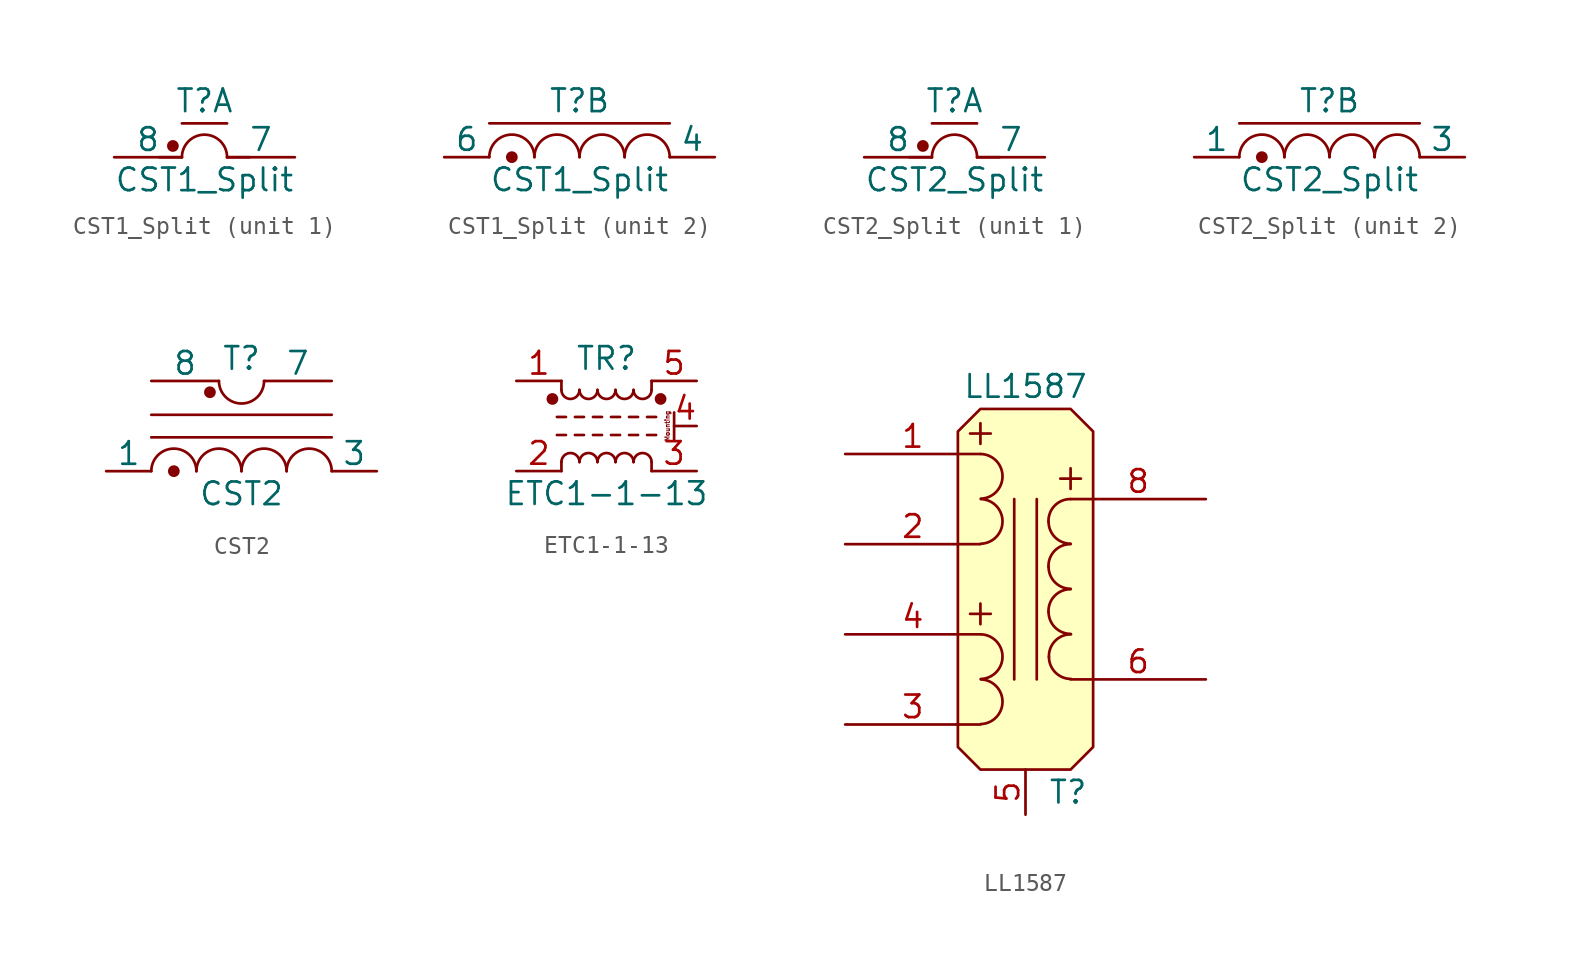
<source format=kicad_sym>
(kicad_symbol_lib
  (version 20220914)
  (generator kicad_symbol_editor)
  (symbol "CST1_Split"
    (pin_numbers hide)
    (pin_names
      (offset 0))
    (property "Reference" "T"
      (at 0 3.175 0)
      (effects (font (size 1.27 1.27))))
    (property "Value" "CST1_Split"
      (at 0 -1.27 0)
      (effects (font (size 1.27 1.27))))
    (property "ki_locked" ""
      (at 0 0 0)
      (effects (font (size 1.27 1.27))))
    (symbol "CST1_Split_1_1"
      (circle (center -1.778 0.635) (radius 0.254) (stroke (width 0) (type default)) (fill (type outline)))
      (polyline (pts (xy -2.54 0) (xy -1.27 0)) (stroke (width 0) (type default)) (fill (type none)))
      (polyline (pts (xy -1.27 1.905) (xy 1.27 1.905)) (stroke (width 0) (type default)) (fill (type none)))
      (polyline (pts (xy 1.27 0) (xy 2.54 0)) (stroke (width 0) (type default)) (fill (type none)))
      (arc (start 1.27 0) (mid 0 1.2645) (end -1.27 0) (stroke (width 0) (type default)) (fill (type none)))
      (pin no_connect line (at 2.54 0 180) (length 2.54) hide (name "1" (effects (font (size 1.27 1.27)))) (number "1" (effects (font (size 1.27 1.27)))))
      (pin no_connect line (at -2.54 0 0) (length 2.54) hide (name "5" (effects (font (size 1.27 1.27)))) (number "5" (effects (font (size 1.27 1.27)))))
      (pin passive line (at 5.08 0 180) (length 3.81) (name "7" (effects (font (size 1.27 1.27)))) (number "7" (effects (font (size 1.27 1.27)))))
      (pin passive line (at -5.08 0 0) (length 3.81) (name "8" (effects (font (size 1.27 1.27)))) (number "8" (effects (font (size 1.27 1.27))))))
    (symbol "CST1_Split_2_1"
      (circle (center -3.81 0) (radius 0.254) (stroke (width 0) (type default)) (fill (type outline)))
      (arc (start -2.54 0) (mid -3.81 1.2645) (end -5.08 0) (stroke (width 0) (type default)) (fill (type none)))
      (arc (start 0 0) (mid -1.27 1.2645) (end -2.54 0) (stroke (width 0) (type default)) (fill (type none)))
      (polyline (pts (xy -5.08 1.905) (xy 5.08 1.905)) (stroke (width 0) (type default)) (fill (type none)))
      (arc (start 2.54 0) (mid 1.27 1.2645) (end 0 0) (stroke (width 0) (type default)) (fill (type none)))
      (arc (start 5.08 0) (mid 3.81 1.2645) (end 2.54 0) (stroke (width 0) (type default)) (fill (type none)))
      (pin no_connect line (at -2.54 0 0) (length 2.54) hide (name "2" (effects (font (size 1.27 1.27)))) (number "2" (effects (font (size 1.27 1.27)))))
      (pin no_connect line (at 2.54 0 180) (length 2.54) hide (name "3" (effects (font (size 1.27 1.27)))) (number "3" (effects (font (size 1.27 1.27)))))
      (pin passive line (at 7.62 0 180) (length 2.54) (name "4" (effects (font (size 1.27 1.27)))) (number "4" (effects (font (size 1.27 1.27)))))
      (pin passive line (at -7.62 0 0) (length 2.54) (name "6" (effects (font (size 1.27 1.27)))) (number "6" (effects (font (size 1.27 1.27)))))))
  (symbol "CST2_Split"
    (pin_numbers hide)
    (pin_names
      (offset 0))
    (property "Reference" "T"
      (at 0 3.175 0)
      (effects (font (size 1.27 1.27))))
    (property "Value" "CST2_Split"
      (at 0 -1.27 0)
      (effects (font (size 1.27 1.27))))
    (property "ki_locked" ""
      (at 0 0 0)
      (effects (font (size 1.27 1.27))))
    (symbol "CST2_Split_1_1"
      (circle (center -1.778 0.635) (radius 0.254) (stroke (width 0) (type default)) (fill (type outline)))
      (polyline (pts (xy -2.54 0) (xy -1.27 0)) (stroke (width 0) (type default)) (fill (type none)))
      (polyline (pts (xy -1.27 1.905) (xy 1.27 1.905)) (stroke (width 0) (type default)) (fill (type none)))
      (polyline (pts (xy 1.27 0) (xy 2.54 0)) (stroke (width 0) (type default)) (fill (type none)))
      (arc (start 1.27 0) (mid 0 1.2645) (end -1.27 0) (stroke (width 0) (type default)) (fill (type none)))
      (pin no_connect line (at -2.54 0 0) (length 2.54) hide (name "5" (effects (font (size 1.27 1.27)))) (number "5" (effects (font (size 1.27 1.27)))))
      (pin no_connect line (at 2.54 0 180) (length 2.54) hide (name "6" (effects (font (size 1.27 1.27)))) (number "6" (effects (font (size 1.27 1.27)))))
      (pin passive line (at 5.08 0 180) (length 3.81) (name "7" (effects (font (size 1.27 1.27)))) (number "7" (effects (font (size 1.27 1.27)))))
      (pin passive line (at -5.08 0 0) (length 3.81) (name "8" (effects (font (size 1.27 1.27)))) (number "8" (effects (font (size 1.27 1.27))))))
    (symbol "CST2_Split_2_1"
      (circle (center -3.81 0) (radius 0.254) (stroke (width 0) (type default)) (fill (type outline)))
      (arc (start -2.54 0) (mid -3.81 1.2645) (end -5.08 0) (stroke (width 0) (type default)) (fill (type none)))
      (arc (start 0 0) (mid -1.27 1.2645) (end -2.54 0) (stroke (width 0) (type default)) (fill (type none)))
      (polyline (pts (xy -5.08 1.905) (xy 5.08 1.905)) (stroke (width 0) (type default)) (fill (type none)))
      (arc (start 2.54 0) (mid 1.27 1.2645) (end 0 0) (stroke (width 0) (type default)) (fill (type none)))
      (arc (start 5.08 0) (mid 3.81 1.2645) (end 2.54 0) (stroke (width 0) (type default)) (fill (type none)))
      (pin passive line (at -7.62 0 0) (length 2.54) (name "1" (effects (font (size 1.27 1.27)))) (number "1" (effects (font (size 1.27 1.27)))))
      (pin no_connect line (at -2.54 0 0) (length 2.54) hide (name "2" (effects (font (size 1.27 1.27)))) (number "2" (effects (font (size 1.27 1.27)))))
      (pin passive line (at 7.62 0 180) (length 2.54) (name "3" (effects (font (size 1.27 1.27)))) (number "3" (effects (font (size 1.27 1.27)))))
      (pin no_connect line (at 2.54 0 180) (length 2.54) hide (name "4" (effects (font (size 1.27 1.27)))) (number "4" (effects (font (size 1.27 1.27)))))))
  (symbol "CST2"
    (pin_numbers hide)
    (pin_names
      (offset 0))
    (property "Reference" "T"
      (at 0 6.35 0)
      (effects (font (size 1.27 1.27))))
    (property "Value" "CST2"
      (at 0 -1.27 0)
      (effects (font (size 1.27 1.27))))
    (property "ki_locked" ""
      (at 0 0 0)
      (effects (font (size 1.27 1.27))))
    (symbol "CST2_0_1"
      (circle (center -3.81 0) (radius 0.254) (stroke (width 0) (type default)) (fill (type outline)))
      (arc (start -2.54 0) (mid -3.81 1.2645) (end -5.08 0) (stroke (width 0) (type default)) (fill (type none)))
      (circle (center -1.778 4.445) (radius 0.254) (stroke (width 0) (type default)) (fill (type outline)))
      (arc (start -1.27 5.08) (mid 0 3.8155) (end 1.27 5.08) (stroke (width 0) (type default)) (fill (type none)))
      (arc (start 0 0) (mid -1.27 1.2645) (end -2.54 0) (stroke (width 0) (type default)) (fill (type none)))
      (polyline (pts (xy -5.08 1.905) (xy 5.08 1.905)) (stroke (width 0) (type default)) (fill (type none)))
      (polyline (pts (xy -5.08 3.175) (xy 5.08 3.175)) (stroke (width 0) (type default)) (fill (type none)))
      (arc (start 2.54 0) (mid 1.27 1.2645) (end 0 0) (stroke (width 0) (type default)) (fill (type none)))
      (arc (start 5.08 0) (mid 3.81 1.2645) (end 2.54 0) (stroke (width 0) (type default)) (fill (type none)))
      (pin passive line (at -7.62 0 0) (length 2.54) (name "1" (effects (font (size 1.27 1.27)))) (number "1" (effects (font (size 1.27 1.27)))))
      (pin passive line (at 7.62 0 180) (length 2.54) (name "3" (effects (font (size 1.27 1.27)))) (number "3" (effects (font (size 1.27 1.27)))))
      (pin passive line (at 5.08 5.08 180) (length 3.81) (name "7" (effects (font (size 1.27 1.27)))) (number "7" (effects (font (size 1.27 1.27)))))
      (pin passive line (at -5.08 5.08 0) (length 3.81) (name "8" (effects (font (size 1.27 1.27)))) (number "8" (effects (font (size 1.27 1.27))))))
    (symbol "CST2_1_1"
      (pin no_connect line (at -2.54 0 0) (length 2.54) hide (name "2" (effects (font (size 1.27 1.27)))) (number "2" (effects (font (size 1.27 1.27)))))
      (pin no_connect line (at 2.54 0 180) (length 2.54) hide (name "4" (effects (font (size 1.27 1.27)))) (number "4" (effects (font (size 1.27 1.27)))))
      (pin no_connect line (at -2.54 5.08 0) (length 2.54) hide (name "5" (effects (font (size 1.27 1.27)))) (number "5" (effects (font (size 1.27 1.27)))))
      (pin no_connect line (at 2.54 5.08 180) (length 2.54) hide (name "6" (effects (font (size 1.27 1.27)))) (number "6" (effects (font (size 1.27 1.27)))))))
  (symbol "ETC1-1-13"
    (pin_names hide)
    (property "Reference" "TR"
      (at 0 3.81 0)
      (effects (font (size 1.27 1.27))))
    (property "Value" "ETC1-1-13"
      (at 0 -3.81 0)
      (effects (font (size 1.27 1.27))))
    (symbol "ETC1-1-13_0_0"
      (polyline (pts (xy 3.81 0.762) (xy 3.81 -0.762)) (stroke (width 0) (type default)) (fill (type none)))
      (text "Mounting" (at 3.429 0 900) (effects (font (size 0.254 0.254) bold))))
    (symbol "ETC1-1-13_1_1"
      (circle (center -3.048 1.524) (radius 0.254) (stroke (width 0) (type default)) (fill (type outline)))
      (arc (start -2.54 2.032) (mid -2.032 1.5262) (end -1.524 2.032) (stroke (width 0) (type default)) (fill (type none)))
      (arc (start -1.524 -2.032) (mid -2.032 -1.5262) (end -2.54 -2.032) (stroke (width 0) (type default)) (fill (type none)))
      (arc (start -1.524 2.032) (mid -1.016 1.5262) (end -0.508 2.032) (stroke (width 0) (type default)) (fill (type none)))
      (arc (start -0.508 -2.032) (mid -1.016 -1.5262) (end -1.524 -2.032) (stroke (width 0) (type default)) (fill (type none)))
      (arc (start -0.508 2.032) (mid 0 1.5262) (end 0.508 2.032) (stroke (width 0) (type default)) (fill (type none)))
      (polyline (pts (xy -2.794 -0.508) (xy -2.286 -0.508)) (stroke (width 0) (type default)) (fill (type none)))
      (polyline (pts (xy -2.794 0.508) (xy -2.286 0.508)) (stroke (width 0) (type default)) (fill (type none)))
      (polyline (pts (xy -2.54 -2.032) (xy -2.54 -2.54)) (stroke (width 0) (type default)) (fill (type none)))
      (polyline (pts (xy -2.54 2.032) (xy -2.54 2.54)) (stroke (width 0) (type default)) (fill (type none)))
      (polyline (pts (xy -1.778 -0.508) (xy -1.27 -0.508)) (stroke (width 0) (type default)) (fill (type none)))
      (polyline (pts (xy -1.778 0.508) (xy -1.27 0.508)) (stroke (width 0) (type default)) (fill (type none)))
      (polyline (pts (xy -0.762 -0.508) (xy -0.254 -0.508)) (stroke (width 0) (type default)) (fill (type none)))
      (polyline (pts (xy -0.762 0.508) (xy -0.254 0.508)) (stroke (width 0) (type default)) (fill (type none)))
      (polyline (pts (xy 0.254 -0.508) (xy 0.762 -0.508)) (stroke (width 0) (type default)) (fill (type none)))
      (polyline (pts (xy 0.254 0.508) (xy 0.762 0.508)) (stroke (width 0) (type default)) (fill (type none)))
      (polyline (pts (xy 1.27 -0.508) (xy 1.778 -0.508)) (stroke (width 0) (type default)) (fill (type none)))
      (polyline (pts (xy 1.27 0.508) (xy 1.778 0.508)) (stroke (width 0) (type default)) (fill (type none)))
      (polyline (pts (xy 2.286 -0.508) (xy 2.794 -0.508)) (stroke (width 0) (type default)) (fill (type none)))
      (polyline (pts (xy 2.286 0.508) (xy 2.794 0.508)) (stroke (width 0) (type default)) (fill (type none)))
      (polyline (pts (xy 2.54 -2.032) (xy 2.54 -2.54)) (stroke (width 0) (type default)) (fill (type none)))
      (polyline (pts (xy 2.54 2.54) (xy 2.54 2.032)) (stroke (width 0) (type default)) (fill (type none)))
      (arc (start 0.508 -2.032) (mid 0 -1.5262) (end -0.508 -2.032) (stroke (width 0) (type default)) (fill (type none)))
      (arc (start 0.508 2.032) (mid 1.016 1.5262) (end 1.524 2.032) (stroke (width 0) (type default)) (fill (type none)))
      (arc (start 1.524 -2.032) (mid 1.016 -1.5262) (end 0.508 -2.032) (stroke (width 0) (type default)) (fill (type none)))
      (arc (start 1.524 2.032) (mid 2.032 1.5262) (end 2.54 2.032) (stroke (width 0) (type default)) (fill (type none)))
      (arc (start 2.54 -2.032) (mid 2.032 -1.5262) (end 1.524 -2.032) (stroke (width 0) (type default)) (fill (type none)))
      (circle (center 3.048 1.524) (radius 0.254) (stroke (width 0) (type default)) (fill (type outline)))
      (pin passive line (at -5.08 2.54 0) (length 2.54) (name "~" (effects (font (size 1.27 1.27)))) (number "1" (effects (font (size 1.27 1.27)))))
      (pin passive line (at -5.08 -2.54 0) (length 2.54) (name "~" (effects (font (size 1.27 1.27)))) (number "2" (effects (font (size 1.27 1.27)))))
      (pin passive line (at 5.08 -2.54 180) (length 2.54) (name "~" (effects (font (size 1.27 1.27)))) (number "3" (effects (font (size 1.27 1.27)))))
      (pin passive line (at 5.08 0 180) (length 1.27) (name "MP" (effects (font (size 1.27 1.27)))) (number "4" (effects (font (size 1.27 1.27)))))
      (pin passive line (at 5.08 2.54 180) (length 2.54) (name "~" (effects (font (size 1.27 1.27)))) (number "5" (effects (font (size 1.27 1.27)))))))
  (symbol "LL1587"
    (pin_names hide)
    (property "Reference" "T"
      (at 1.27 -11.43 0)
      (effects (font (size 1.27 1.27)) (justify left)))
    (property "Value" "LL1587"
      (at 0 11.43 0)
      (effects (font (size 1.27 1.27))))
    (symbol "LL1587_0_0"
      (text "+" (at -2.54 -1.27 0) (effects (font (size 1.524 1.524))))
      (text "+" (at -2.54 8.89 0) (effects (font (size 1.524 1.524))))
      (text "+" (at 2.54 6.35 0) (effects (font (size 1.524 1.524)))))
    (symbol "LL1587_0_1"
      (arc (start -2.5146 -7.5946) (mid -1.2951 -6.3497) (end -2.5146 -5.08) (stroke (width 0) (type default)) (fill (type none)))
      (arc (start -2.5146 -5.0546) (mid -1.2951 -3.8097) (end -2.5146 -2.54) (stroke (width 0) (type default)) (fill (type none)))
      (arc (start -2.5146 2.5654) (mid -1.2951 3.8103) (end -2.5146 5.08) (stroke (width 0) (type default)) (fill (type none)))
      (arc (start -2.5146 5.1054) (mid -1.2951 6.3503) (end -2.5146 7.62) (stroke (width 0) (type default)) (fill (type none)))
      (polyline (pts (xy -0.635 5.08) (xy -0.635 -5.08)) (stroke (width 0) (type default)) (fill (type none)))
      (polyline (pts (xy 0.635 -5.08) (xy 0.635 5.08)) (stroke (width 0) (type default)) (fill (type none)))
      (polyline (pts (xy -3.81 8.89) (xy -3.81 -8.89) (xy -2.54 -10.16) (xy 2.54 -10.16) (xy 3.81 -8.89) (xy 3.81 8.89) (xy 2.54 10.16) (xy -2.54 10.16) (xy -3.81 8.89) (xy -3.81 8.89)) (stroke (width 0) (type default)) (fill (type background)))
      (arc (start 1.2954 -1.27) (mid 1.6599 -2.1501) (end 2.54 -2.5146) (stroke (width 0) (type default)) (fill (type none)))
      (arc (start 1.2954 1.27) (mid 1.6599 0.3899) (end 2.54 0.0254) (stroke (width 0) (type default)) (fill (type none)))
      (arc (start 1.2954 3.81) (mid 1.6599 2.9299) (end 2.54 2.5654) (stroke (width 0) (type default)) (fill (type none)))
      (arc (start 1.3208 -3.81) (mid 1.6853 -4.6901) (end 2.5654 -5.0546) (stroke (width 0) (type default)) (fill (type none)))
      (arc (start 2.54 0) (mid 1.642 -0.372) (end 1.2954 -1.27) (stroke (width 0) (type default)) (fill (type none)))
      (arc (start 2.54 2.54) (mid 1.642 2.168) (end 1.2954 1.27) (stroke (width 0) (type default)) (fill (type none)))
      (arc (start 2.54 5.08) (mid 1.642 4.708) (end 1.2954 3.81) (stroke (width 0) (type default)) (fill (type none)))
      (arc (start 2.5654 -2.54) (mid 1.6674 -2.912) (end 1.3208 -3.81) (stroke (width 0) (type default)) (fill (type none))))
    (symbol "LL1587_1_1"
      (pin passive line (at -10.16 7.62 0) (length 7.62) (name "P1+" (effects (font (size 1.27 1.27)))) (number "1" (effects (font (size 1.27 1.27)))))
      (pin passive line (at -10.16 2.54 0) (length 7.62) (name "P1-" (effects (font (size 1.27 1.27)))) (number "2" (effects (font (size 1.27 1.27)))))
      (pin passive line (at -10.16 -7.62 0) (length 7.62) (name "P2-" (effects (font (size 1.27 1.27)))) (number "3" (effects (font (size 1.27 1.27)))))
      (pin passive line (at -10.16 -2.54 0) (length 7.62) (name "P2+" (effects (font (size 1.27 1.27)))) (number "4" (effects (font (size 1.27 1.27)))))
      (pin input line (at 0 -12.7 90) (length 2.54) (name "~" (effects (font (size 1.27 1.27)))) (number "5" (effects (font (size 1.27 1.27)))))
      (pin passive line (at 10.16 -5.08 180) (length 7.62) (name "S-" (effects (font (size 1.27 1.27)))) (number "6" (effects (font (size 1.27 1.27)))))
      (pin passive line (at 10.16 5.08 180) (length 7.62) (name "S+" (effects (font (size 1.27 1.27)))) (number "8" (effects (font (size 1.27 1.27))))))))
</source>
